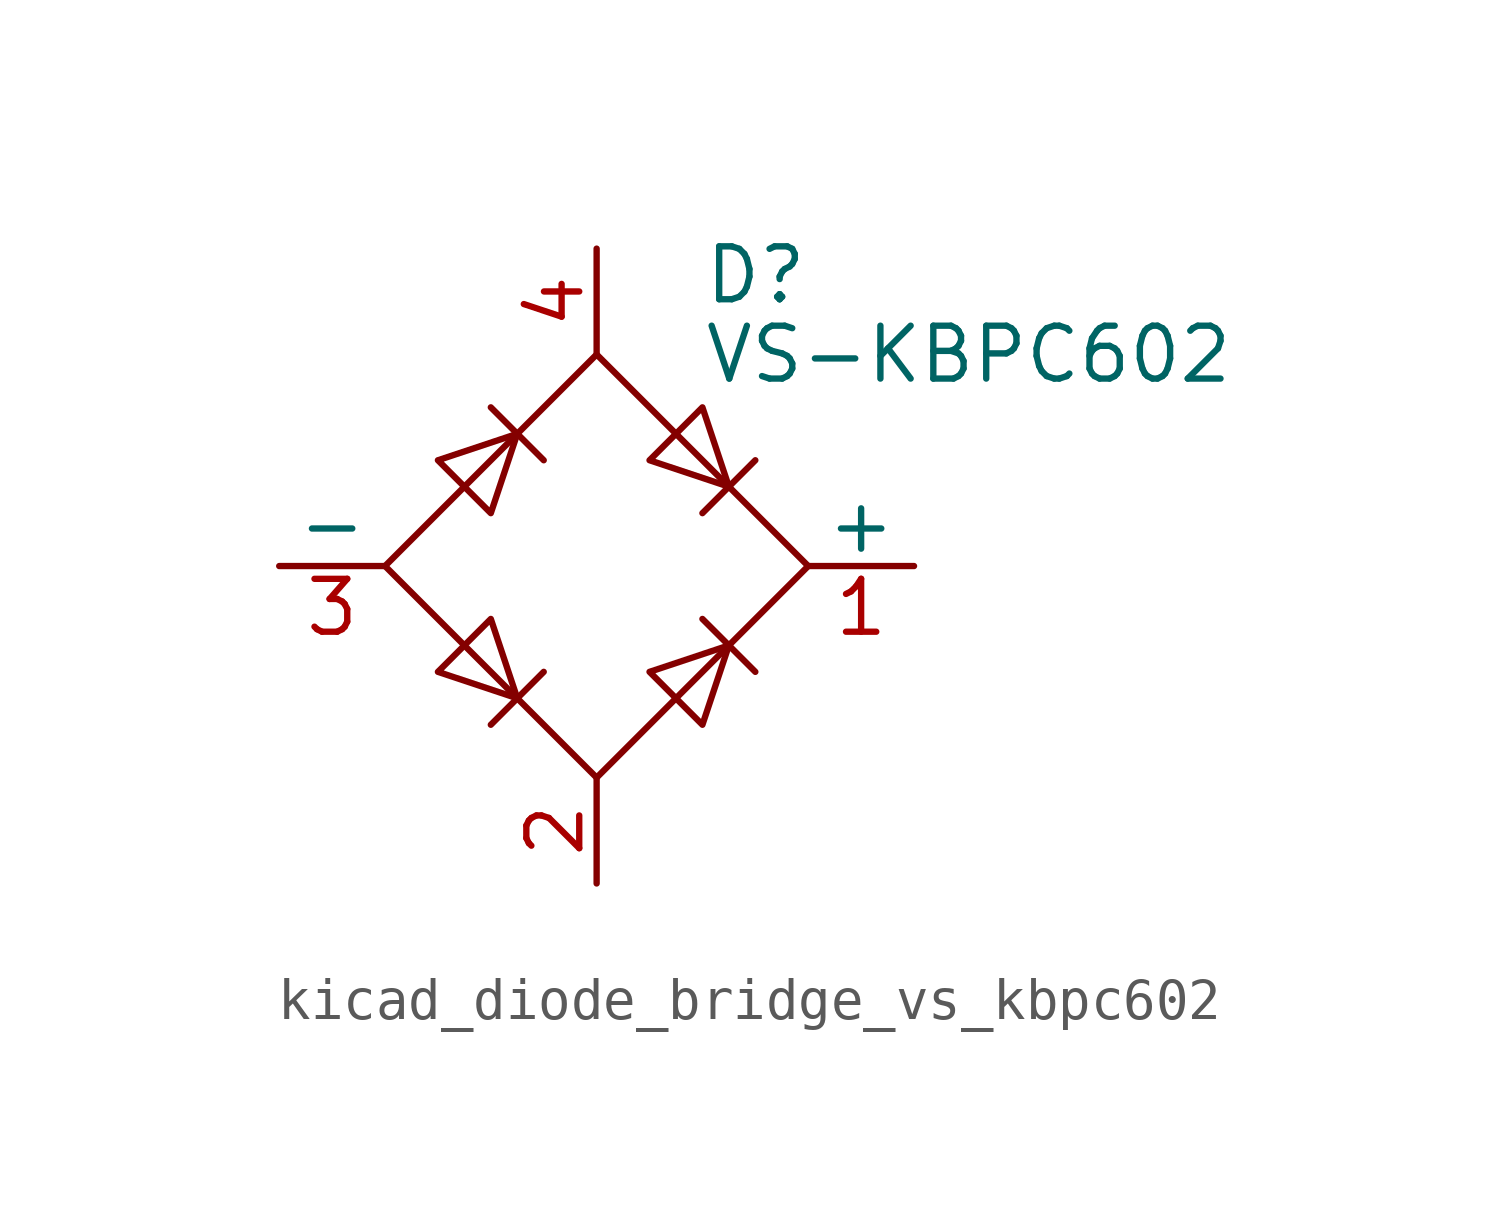
<source format=kicad_sym>
(kicad_symbol_lib
  (version 20220914)
  (generator kicad_symbol_editor)
  (symbol "kicad_diode_bridge_vs_kbpc602"
    (pin_names
      (offset 0))
    (property "Reference" "D"
      (at 2.54 6.985 0)
      (effects (font (size 1.27 1.27)) (justify left)))
    (property "Value" "VS-KBPC602"
      (at 2.54 5.08 0)
      (effects (font (size 1.27 1.27)) (justify left)))
    (symbol "kicad_diode_bridge_vs_kbpc602_0_1"
      (polyline (pts (xy -2.54 3.81) (xy -1.27 2.54)) (stroke (width 0) (type default)) (fill (type none)))
      (polyline (pts (xy -1.27 -2.54) (xy -2.54 -3.81)) (stroke (width 0) (type default)) (fill (type none)))
      (polyline (pts (xy 2.54 -1.27) (xy 3.81 -2.54)) (stroke (width 0) (type default)) (fill (type none)))
      (polyline (pts (xy 2.54 1.27) (xy 3.81 2.54)) (stroke (width 0) (type default)) (fill (type none)))
      (polyline (pts (xy -3.81 2.54) (xy -2.54 1.27) (xy -1.905 3.175) (xy -3.81 2.54)) (stroke (width 0) (type default)) (fill (type none)))
      (polyline (pts (xy -2.54 -1.27) (xy -3.81 -2.54) (xy -1.905 -3.175) (xy -2.54 -1.27)) (stroke (width 0) (type default)) (fill (type none)))
      (polyline (pts (xy 1.27 2.54) (xy 2.54 3.81) (xy 3.175 1.905) (xy 1.27 2.54)) (stroke (width 0) (type default)) (fill (type none)))
      (polyline (pts (xy 3.175 -1.905) (xy 1.27 -2.54) (xy 2.54 -3.81) (xy 3.175 -1.905)) (stroke (width 0) (type default)) (fill (type none)))
      (polyline (pts (xy -5.08 0) (xy 0 -5.08) (xy 5.08 0) (xy 0 5.08) (xy -5.08 0)) (stroke (width 0) (type default)) (fill (type none))))
    (symbol "kicad_diode_bridge_vs_kbpc602_1_1"
      (pin passive line (at 7.62 0 180) (length 2.54) (name "+" (effects (font (size 1.27 1.27)))) (number "1" (effects (font (size 1.27 1.27)))))
      (pin passive line (at 0 -7.62 90) (length 2.54) (name "~" (effects (font (size 1.27 1.27)))) (number "2" (effects (font (size 1.27 1.27)))))
      (pin passive line (at -7.62 0 0) (length 2.54) (name "-" (effects (font (size 1.27 1.27)))) (number "3" (effects (font (size 1.27 1.27)))))
      (pin passive line (at 0 7.62 270) (length 2.54) (name "~" (effects (font (size 1.27 1.27)))) (number "4" (effects (font (size 1.27 1.27))))))))
</source>
